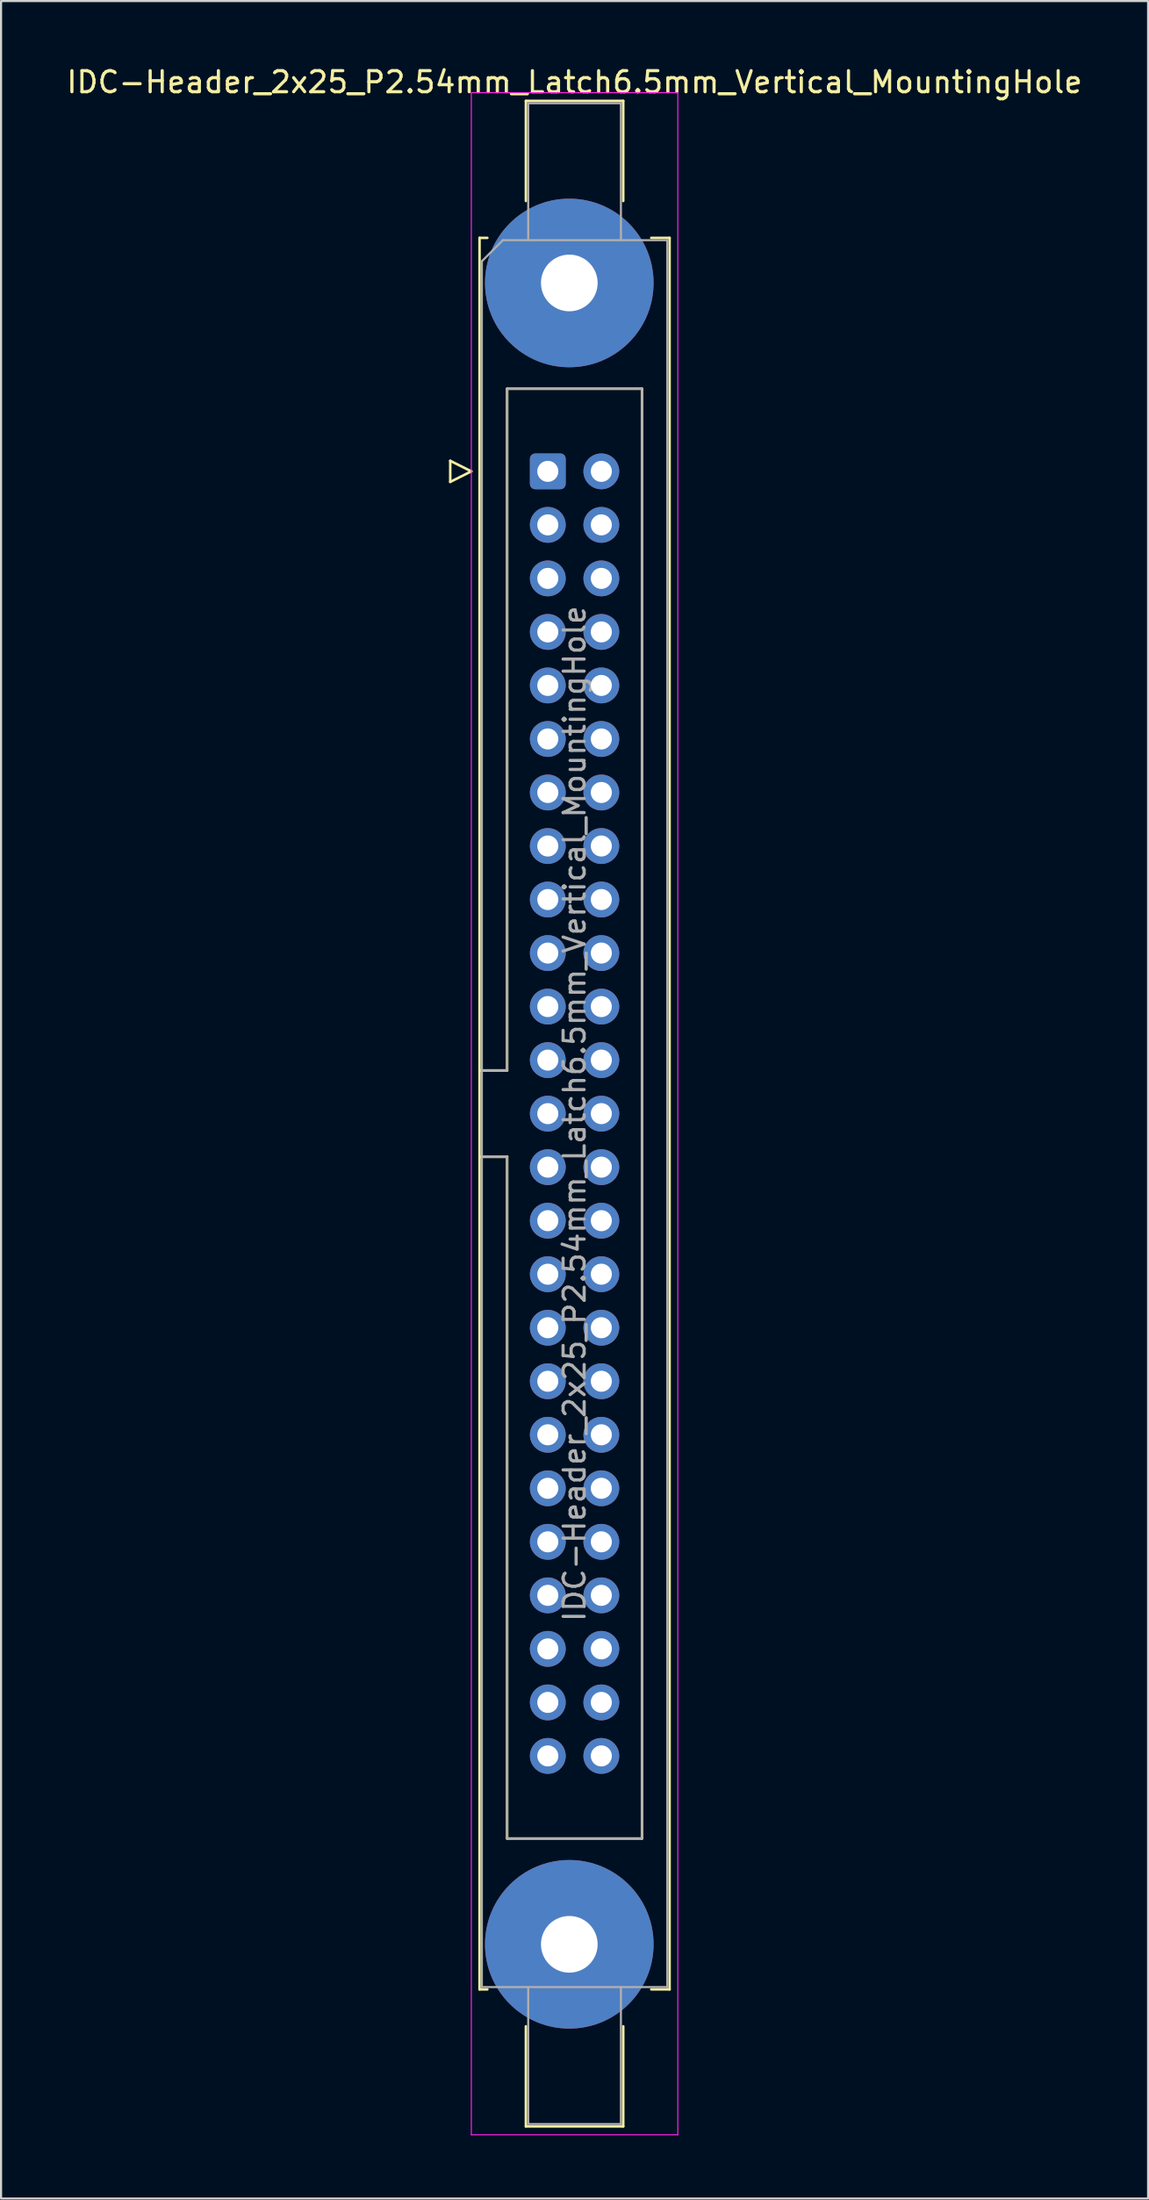
<source format=kicad_pcb>
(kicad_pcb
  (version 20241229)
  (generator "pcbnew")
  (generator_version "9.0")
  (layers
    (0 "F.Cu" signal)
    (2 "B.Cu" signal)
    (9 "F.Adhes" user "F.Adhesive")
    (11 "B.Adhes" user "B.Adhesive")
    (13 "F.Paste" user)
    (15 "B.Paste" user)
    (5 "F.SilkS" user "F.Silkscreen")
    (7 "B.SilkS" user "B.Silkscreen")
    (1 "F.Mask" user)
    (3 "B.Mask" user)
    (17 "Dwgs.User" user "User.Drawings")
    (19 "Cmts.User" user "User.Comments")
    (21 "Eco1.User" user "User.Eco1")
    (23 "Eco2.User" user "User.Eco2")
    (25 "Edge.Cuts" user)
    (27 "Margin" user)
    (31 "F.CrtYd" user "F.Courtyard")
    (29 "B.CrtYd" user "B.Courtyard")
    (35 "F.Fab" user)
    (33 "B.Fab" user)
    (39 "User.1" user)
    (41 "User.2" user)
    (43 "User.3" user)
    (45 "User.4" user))
  (footprint "IDC-Header_2x25_P2.54mm_Latch6.5mm_Vertical_MountingHole"
    (layer "F.Cu")
    (at 22.95 19.318)
    (property "Reference" "IDC-Header_2x25_P2.54mm_Latch6.5mm_Vertical_MountingHole" (at 1.27 -18.47 0) (layer "F.SilkS") (effects (font (size 1 1) (thickness 0.15))))
    (attr through_hole)
    (fp_line (start -4.63 -0.5) (end -4.63 0.5) (stroke (width 0.12) (type solid)) (layer "F.SilkS"))
    (fp_line (start -4.63 0.5) (end -3.63 0) (stroke (width 0.12) (type solid)) (layer "F.SilkS"))
    (fp_line (start -3.63 0) (end -4.63 -0.5) (stroke (width 0.12) (type solid)) (layer "F.SilkS"))
    (fp_line (start -3.24 -11.08) (end -3.24 72.04) (stroke (width 0.12) (type solid)) (layer "F.SilkS"))
    (fp_line (start -3.24 28.43) (end -1.93 28.43) (stroke (width 0.12) (type solid)) (layer "F.SilkS"))
    (fp_line (start -3.24 72.04) (end -2.87 72.04) (stroke (width 0.12) (type solid)) (layer "F.SilkS"))
    (fp_line (start -2.87 -11.08) (end -3.24 -11.08) (stroke (width 0.12) (type solid)) (layer "F.SilkS"))
    (fp_line (start -1.93 -3.92) (end 4.47 -3.92) (stroke (width 0.12) (type solid)) (layer "F.SilkS"))
    (fp_line (start -1.93 28.43) (end -1.93 -3.92) (stroke (width 0.12) (type solid)) (layer "F.SilkS"))
    (fp_line (start -1.93 32.53) (end -3.24 32.53) (stroke (width 0.12) (type solid)) (layer "F.SilkS"))
    (fp_line (start -1.93 32.53) (end -1.93 32.53) (stroke (width 0.12) (type solid)) (layer "F.SilkS"))
    (fp_line (start -1.93 64.88) (end -1.93 32.53) (stroke (width 0.12) (type solid)) (layer "F.SilkS"))
    (fp_line (start -1.04 -17.58) (end 3.58 -17.58) (stroke (width 0.12) (type solid)) (layer "F.SilkS"))
    (fp_line (start -1.04 -12.83) (end -1.04 -17.58) (stroke (width 0.12) (type solid)) (layer "F.SilkS"))
    (fp_line (start -1.04 73.79) (end -1.04 78.54) (stroke (width 0.12) (type solid)) (layer "F.SilkS"))
    (fp_line (start -1.04 78.54) (end 3.58 78.54) (stroke (width 0.12) (type solid)) (layer "F.SilkS"))
    (fp_line (start 3.58 -17.58) (end 3.58 -12.83) (stroke (width 0.12) (type solid)) (layer "F.SilkS"))
    (fp_line (start 3.58 78.54) (end 3.58 73.79) (stroke (width 0.12) (type solid)) (layer "F.SilkS"))
    (fp_line (start 4.47 -3.92) (end 4.47 64.88) (stroke (width 0.12) (type solid)) (layer "F.SilkS"))
    (fp_line (start 4.47 64.88) (end -1.93 64.88) (stroke (width 0.12) (type solid)) (layer "F.SilkS"))
    (fp_line (start 4.91 -11.08) (end 5.78 -11.08) (stroke (width 0.12) (type solid)) (layer "F.SilkS"))
    (fp_line (start 5.78 -11.08) (end 5.78 72.04) (stroke (width 0.12) (type solid)) (layer "F.SilkS"))
    (fp_line (start 5.78 72.04) (end 4.91 72.04) (stroke (width 0.12) (type solid)) (layer "F.SilkS"))
    (fp_line (start -3.63 -17.97) (end -3.63 78.94) (stroke (width 0.05) (type solid)) (layer "F.CrtYd"))
    (fp_line (start -3.63 78.94) (end 6.17 78.94) (stroke (width 0.05) (type solid)) (layer "F.CrtYd"))
    (fp_line (start 6.17 -17.97) (end -3.63 -17.97) (stroke (width 0.05) (type solid)) (layer "F.CrtYd"))
    (fp_line (start 6.17 78.94) (end 6.17 -17.97) (stroke (width 0.05) (type solid)) (layer "F.CrtYd"))
    (fp_line (start -3.13 -9.97) (end -2.13 -10.97) (stroke (width 0.1) (type solid)) (layer "F.Fab"))
    (fp_line (start -3.13 28.43) (end -1.93 28.43) (stroke (width 0.1) (type solid)) (layer "F.Fab"))
    (fp_line (start -3.13 71.93) (end -3.13 -9.97) (stroke (width 0.1) (type solid)) (layer "F.Fab"))
    (fp_line (start -2.13 -10.97) (end 5.67 -10.97) (stroke (width 0.1) (type solid)) (layer "F.Fab"))
    (fp_line (start -1.93 -3.92) (end 4.47 -3.92) (stroke (width 0.1) (type solid)) (layer "F.Fab"))
    (fp_line (start -1.93 28.43) (end -1.93 -3.92) (stroke (width 0.1) (type solid)) (layer "F.Fab"))
    (fp_line (start -1.93 32.53) (end -3.13 32.53) (stroke (width 0.1) (type solid)) (layer "F.Fab"))
    (fp_line (start -1.93 32.53) (end -1.93 32.53) (stroke (width 0.1) (type solid)) (layer "F.Fab"))
    (fp_line (start -1.93 64.88) (end -1.93 32.53) (stroke (width 0.1) (type solid)) (layer "F.Fab"))
    (fp_line (start -0.93 -17.47) (end 3.47 -17.47) (stroke (width 0.1) (type solid)) (layer "F.Fab"))
    (fp_line (start -0.93 -10.97) (end -0.93 -17.47) (stroke (width 0.1) (type solid)) (layer "F.Fab"))
    (fp_line (start -0.93 71.93) (end -0.93 78.43) (stroke (width 0.1) (type solid)) (layer "F.Fab"))
    (fp_line (start -0.93 78.43) (end 3.47 78.43) (stroke (width 0.1) (type solid)) (layer "F.Fab"))
    (fp_line (start 3.47 -17.47) (end 3.47 -10.97) (stroke (width 0.1) (type solid)) (layer "F.Fab"))
    (fp_line (start 3.47 78.43) (end 3.47 71.93) (stroke (width 0.1) (type solid)) (layer "F.Fab"))
    (fp_line (start 4.47 -3.92) (end 4.47 64.88) (stroke (width 0.1) (type solid)) (layer "F.Fab"))
    (fp_line (start 4.47 64.88) (end -1.93 64.88) (stroke (width 0.1) (type solid)) (layer "F.Fab"))
    (fp_line (start 5.67 -10.97) (end 5.67 71.93) (stroke (width 0.1) (type solid)) (layer "F.Fab"))
    (fp_line (start 5.67 71.93) (end -3.13 71.93) (stroke (width 0.1) (type solid)) (layer "F.Fab"))
    (fp_text user "${REFERENCE}" (at 1.27 30.48 90) (layer "F.Fab") (effects (font (size 1 1) (thickness 0.15))))
    (pad "" thru_hole circle (at 1.02 -8.94) (size 8 8) (drill 2.69) (layers "*.Cu" "*.Mask"))
    (pad "" thru_hole circle (at 1.02 69.9) (size 8 8) (drill 2.69) (layers "*.Cu" "*.Mask"))
    (pad "1" thru_hole roundrect (at 0 0) (size 1.7 1.7) (drill 1) (layers "*.Cu" "*.Mask") (roundrect_rratio 0.147))
    (pad "2" thru_hole circle (at 2.54 0) (size 1.7 1.7) (drill 1) (layers "*.Cu" "*.Mask"))
    (pad "3" thru_hole circle (at 0 2.54) (size 1.7 1.7) (drill 1) (layers "*.Cu" "*.Mask"))
    (pad "4" thru_hole circle (at 2.54 2.54) (size 1.7 1.7) (drill 1) (layers "*.Cu" "*.Mask"))
    (pad "5" thru_hole circle (at 0 5.08) (size 1.7 1.7) (drill 1) (layers "*.Cu" "*.Mask"))
    (pad "6" thru_hole circle (at 2.54 5.08) (size 1.7 1.7) (drill 1) (layers "*.Cu" "*.Mask"))
    (pad "7" thru_hole circle (at 0 7.62) (size 1.7 1.7) (drill 1) (layers "*.Cu" "*.Mask"))
    (pad "8" thru_hole circle (at 2.54 7.62) (size 1.7 1.7) (drill 1) (layers "*.Cu" "*.Mask"))
    (pad "9" thru_hole circle (at 0 10.16) (size 1.7 1.7) (drill 1) (layers "*.Cu" "*.Mask"))
    (pad "10" thru_hole circle (at 2.54 10.16) (size 1.7 1.7) (drill 1) (layers "*.Cu" "*.Mask"))
    (pad "11" thru_hole circle (at 0 12.7) (size 1.7 1.7) (drill 1) (layers "*.Cu" "*.Mask"))
    (pad "12" thru_hole circle (at 2.54 12.7) (size 1.7 1.7) (drill 1) (layers "*.Cu" "*.Mask"))
    (pad "13" thru_hole circle (at 0 15.24) (size 1.7 1.7) (drill 1) (layers "*.Cu" "*.Mask"))
    (pad "14" thru_hole circle (at 2.54 15.24) (size 1.7 1.7) (drill 1) (layers "*.Cu" "*.Mask"))
    (pad "15" thru_hole circle (at 0 17.78) (size 1.7 1.7) (drill 1) (layers "*.Cu" "*.Mask"))
    (pad "16" thru_hole circle (at 2.54 17.78) (size 1.7 1.7) (drill 1) (layers "*.Cu" "*.Mask"))
    (pad "17" thru_hole circle (at 0 20.32) (size 1.7 1.7) (drill 1) (layers "*.Cu" "*.Mask"))
    (pad "18" thru_hole circle (at 2.54 20.32) (size 1.7 1.7) (drill 1) (layers "*.Cu" "*.Mask"))
    (pad "19" thru_hole circle (at 0 22.86) (size 1.7 1.7) (drill 1) (layers "*.Cu" "*.Mask"))
    (pad "20" thru_hole circle (at 2.54 22.86) (size 1.7 1.7) (drill 1) (layers "*.Cu" "*.Mask"))
    (pad "21" thru_hole circle (at 0 25.4) (size 1.7 1.7) (drill 1) (layers "*.Cu" "*.Mask"))
    (pad "22" thru_hole circle (at 2.54 25.4) (size 1.7 1.7) (drill 1) (layers "*.Cu" "*.Mask"))
    (pad "23" thru_hole circle (at 0 27.94) (size 1.7 1.7) (drill 1) (layers "*.Cu" "*.Mask"))
    (pad "24" thru_hole circle (at 2.54 27.94) (size 1.7 1.7) (drill 1) (layers "*.Cu" "*.Mask"))
    (pad "25" thru_hole circle (at 0 30.48) (size 1.7 1.7) (drill 1) (layers "*.Cu" "*.Mask"))
    (pad "26" thru_hole circle (at 2.54 30.48) (size 1.7 1.7) (drill 1) (layers "*.Cu" "*.Mask"))
    (pad "27" thru_hole circle (at 0 33.02) (size 1.7 1.7) (drill 1) (layers "*.Cu" "*.Mask"))
    (pad "28" thru_hole circle (at 2.54 33.02) (size 1.7 1.7) (drill 1) (layers "*.Cu" "*.Mask"))
    (pad "29" thru_hole circle (at 0 35.56) (size 1.7 1.7) (drill 1) (layers "*.Cu" "*.Mask"))
    (pad "30" thru_hole circle (at 2.54 35.56) (size 1.7 1.7) (drill 1) (layers "*.Cu" "*.Mask"))
    (pad "31" thru_hole circle (at 0 38.1) (size 1.7 1.7) (drill 1) (layers "*.Cu" "*.Mask"))
    (pad "32" thru_hole circle (at 2.54 38.1) (size 1.7 1.7) (drill 1) (layers "*.Cu" "*.Mask"))
    (pad "33" thru_hole circle (at 0 40.64) (size 1.7 1.7) (drill 1) (layers "*.Cu" "*.Mask"))
    (pad "34" thru_hole circle (at 2.54 40.64) (size 1.7 1.7) (drill 1) (layers "*.Cu" "*.Mask"))
    (pad "35" thru_hole circle (at 0 43.18) (size 1.7 1.7) (drill 1) (layers "*.Cu" "*.Mask"))
    (pad "36" thru_hole circle (at 2.54 43.18) (size 1.7 1.7) (drill 1) (layers "*.Cu" "*.Mask"))
    (pad "37" thru_hole circle (at 0 45.72) (size 1.7 1.7) (drill 1) (layers "*.Cu" "*.Mask"))
    (pad "38" thru_hole circle (at 2.54 45.72) (size 1.7 1.7) (drill 1) (layers "*.Cu" "*.Mask"))
    (pad "39" thru_hole circle (at 0 48.26) (size 1.7 1.7) (drill 1) (layers "*.Cu" "*.Mask"))
    (pad "40" thru_hole circle (at 2.54 48.26) (size 1.7 1.7) (drill 1) (layers "*.Cu" "*.Mask"))
    (pad "41" thru_hole circle (at 0 50.8) (size 1.7 1.7) (drill 1) (layers "*.Cu" "*.Mask"))
    (pad "42" thru_hole circle (at 2.54 50.8) (size 1.7 1.7) (drill 1) (layers "*.Cu" "*.Mask"))
    (pad "43" thru_hole circle (at 0 53.34) (size 1.7 1.7) (drill 1) (layers "*.Cu" "*.Mask"))
    (pad "44" thru_hole circle (at 2.54 53.34) (size 1.7 1.7) (drill 1) (layers "*.Cu" "*.Mask"))
    (pad "45" thru_hole circle (at 0 55.88) (size 1.7 1.7) (drill 1) (layers "*.Cu" "*.Mask"))
    (pad "46" thru_hole circle (at 2.54 55.88) (size 1.7 1.7) (drill 1) (layers "*.Cu" "*.Mask"))
    (pad "47" thru_hole circle (at 0 58.42) (size 1.7 1.7) (drill 1) (layers "*.Cu" "*.Mask"))
    (pad "48" thru_hole circle (at 2.54 58.42) (size 1.7 1.7) (drill 1) (layers "*.Cu" "*.Mask"))
    (pad "49" thru_hole circle (at 0 60.96) (size 1.7 1.7) (drill 1) (layers "*.Cu" "*.Mask"))
    (pad "50" thru_hole circle (at 2.54 60.96) (size 1.7 1.7) (drill 1) (layers "*.Cu" "*.Mask")))
  (gr_rect
    (start -3 -3)
    (end 51.44 101.283)
    (stroke (width 0.1) (type default))
    (fill no)
    (layer "Edge.Cuts")))
</source>
